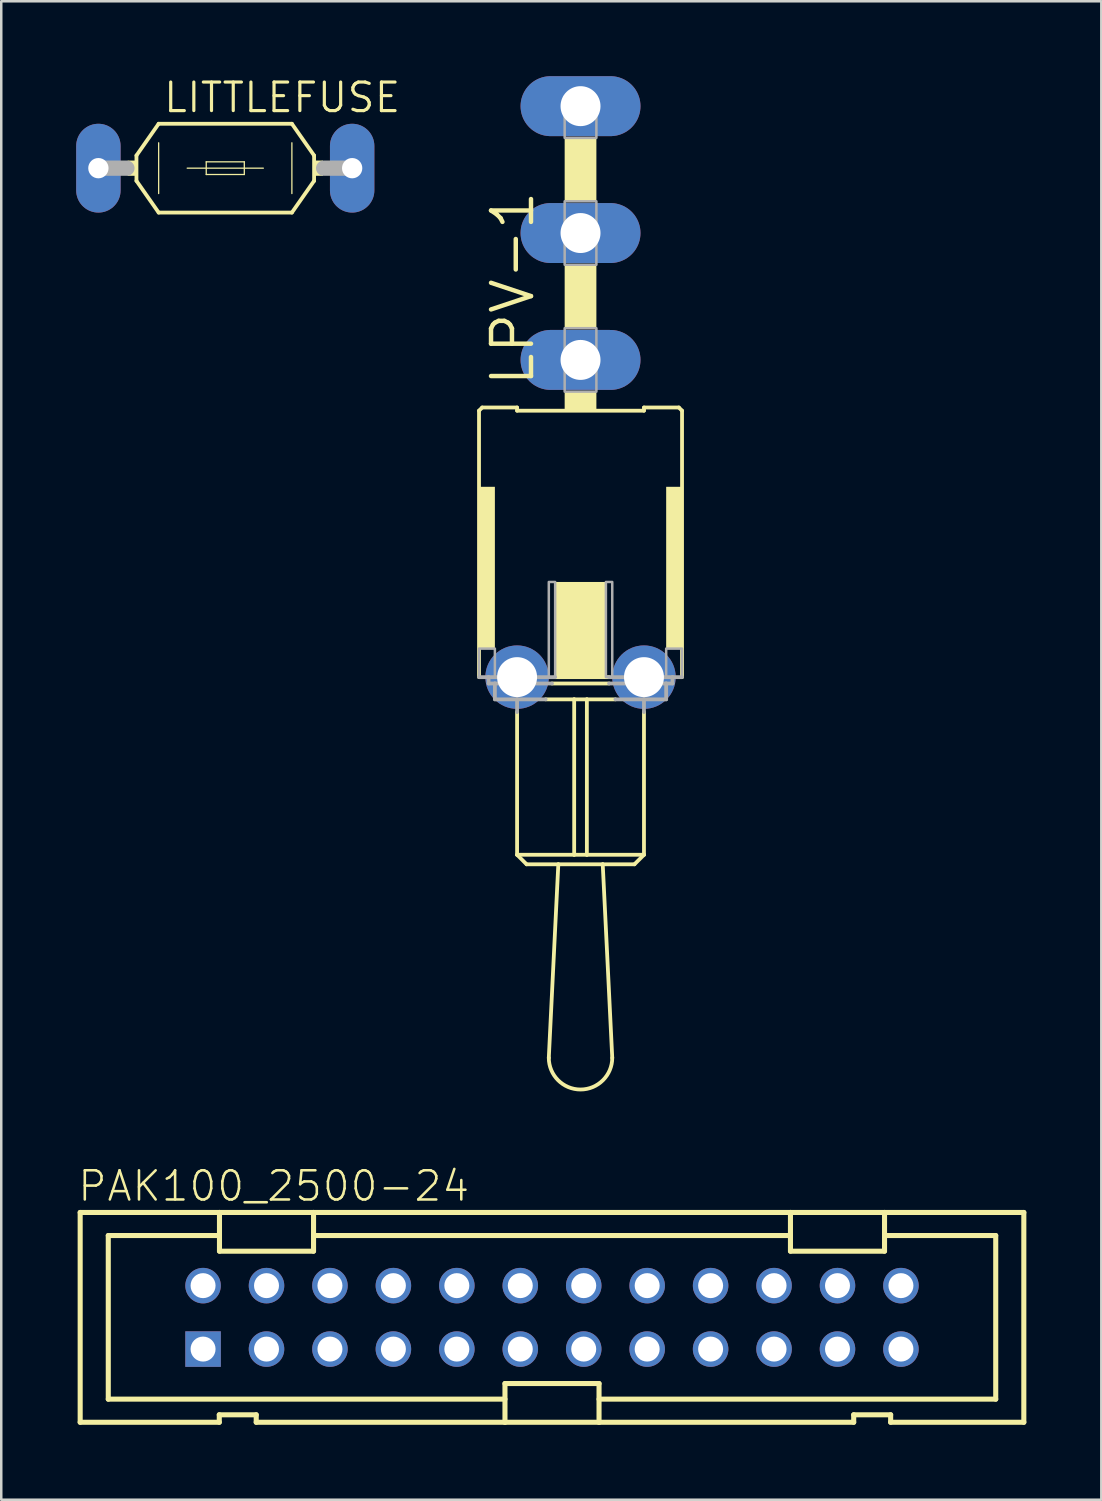
<source format=kicad_pcb>
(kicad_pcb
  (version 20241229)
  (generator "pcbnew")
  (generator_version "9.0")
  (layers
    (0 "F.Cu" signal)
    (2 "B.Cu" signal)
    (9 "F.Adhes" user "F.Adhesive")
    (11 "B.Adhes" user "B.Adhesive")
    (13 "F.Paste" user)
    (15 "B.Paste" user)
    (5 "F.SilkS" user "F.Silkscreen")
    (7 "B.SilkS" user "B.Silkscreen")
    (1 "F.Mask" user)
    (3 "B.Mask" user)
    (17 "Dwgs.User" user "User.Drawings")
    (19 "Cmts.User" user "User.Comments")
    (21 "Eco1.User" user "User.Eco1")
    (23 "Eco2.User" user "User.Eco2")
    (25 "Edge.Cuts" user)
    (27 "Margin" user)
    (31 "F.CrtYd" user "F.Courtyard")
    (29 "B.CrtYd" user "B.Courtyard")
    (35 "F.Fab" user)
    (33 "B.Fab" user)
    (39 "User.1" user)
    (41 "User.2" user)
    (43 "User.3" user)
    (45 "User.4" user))
  (footprint "LPV-1"
    (layer "F.Cu")
    (at 20.192 24.06)
    (property "Reference" "LPV-1" (at -1.778 -11.557 90) (layer "F.SilkS") (effects (font (size 1.6 1.6) (thickness 0.178)) (justify left bottom)))
    (fp_line (start -4.064 -10.668) (end -3.937 -10.795) (stroke (width 0.152) (type solid)) (layer "F.SilkS"))
    (fp_line (start -4.064 0) (end -4.064 -10.668) (stroke (width 0.152) (type solid)) (layer "F.SilkS"))
    (fp_line (start -3.937 -10.795) (end -2.54 -10.795) (stroke (width 0.152) (type solid)) (layer "F.SilkS"))
    (fp_line (start -2.54 -10.668) (end -2.54 -10.795) (stroke (width 0.152) (type solid)) (layer "F.SilkS"))
    (fp_line (start -2.54 -10.668) (end 2.54 -10.668) (stroke (width 0.152) (type solid)) (layer "F.SilkS"))
    (fp_line (start -2.54 1.397) (end -2.54 7.112) (stroke (width 0.152) (type solid)) (layer "F.SilkS"))
    (fp_line (start -2.54 7.112) (end -2.159 7.493) (stroke (width 0.152) (type solid)) (layer "F.SilkS"))
    (fp_line (start -2.159 7.493) (end -0.889 7.493) (stroke (width 0.152) (type solid)) (layer "F.SilkS"))
    (fp_line (start -1.397 0.889) (end -0.254 0.889) (stroke (width 0.152) (type solid)) (layer "F.SilkS"))
    (fp_line (start -1.143 0.254) (end 1.143 0.254) (stroke (width 0.152) (type solid)) (layer "F.SilkS"))
    (fp_line (start -1.016 0) (end 1.143 0) (stroke (width 0.152) (type solid)) (layer "F.SilkS"))
    (fp_line (start -0.889 7.493) (end -1.27 15.24) (stroke (width 0.152) (type solid)) (layer "F.SilkS"))
    (fp_line (start -0.889 7.493) (end 0.889 7.493) (stroke (width 0.152) (type solid)) (layer "F.SilkS"))
    (fp_line (start -0.254 7.112) (end -2.54 7.112) (stroke (width 0.152) (type solid)) (layer "F.SilkS"))
    (fp_line (start -0.254 7.112) (end -0.254 0.889) (stroke (width 0.152) (type solid)) (layer "F.SilkS"))
    (fp_line (start 0.254 0.889) (end -0.254 0.889) (stroke (width 0.152) (type solid)) (layer "F.SilkS"))
    (fp_line (start 0.254 7.112) (end -0.254 7.112) (stroke (width 0.152) (type solid)) (layer "F.SilkS"))
    (fp_line (start 0.254 7.112) (end 0.254 0.889) (stroke (width 0.152) (type solid)) (layer "F.SilkS"))
    (fp_line (start 0.889 7.493) (end 2.159 7.493) (stroke (width 0.152) (type solid)) (layer "F.SilkS"))
    (fp_line (start 1.27 15.24) (end 0.889 7.493) (stroke (width 0.152) (type solid)) (layer "F.SilkS"))
    (fp_line (start 1.397 0.889) (end 0.254 0.889) (stroke (width 0.152) (type solid)) (layer "F.SilkS"))
    (fp_line (start 2.54 -10.668) (end 2.54 -10.795) (stroke (width 0.152) (type solid)) (layer "F.SilkS"))
    (fp_line (start 2.54 1.397) (end 2.54 7.112) (stroke (width 0.152) (type solid)) (layer "F.SilkS"))
    (fp_line (start 2.54 7.112) (end 0.254 7.112) (stroke (width 0.152) (type solid)) (layer "F.SilkS"))
    (fp_line (start 2.54 7.112) (end 2.159 7.493) (stroke (width 0.152) (type solid)) (layer "F.SilkS"))
    (fp_line (start 3.937 -10.795) (end 2.54 -10.795) (stroke (width 0.152) (type solid)) (layer "F.SilkS"))
    (fp_line (start 3.937 -10.795) (end 4.064 -10.668) (stroke (width 0.152) (type solid)) (layer "F.SilkS"))
    (fp_line (start 4.064 -10.668) (end 4.064 0) (stroke (width 0.152) (type solid)) (layer "F.SilkS"))
    (fp_arc (start 1.27 15.24) (mid 0 16.51) (end -1.27 15.24) (stroke (width 0.1524) (type solid)) (layer "F.SilkS"))
    (fp_poly (pts (xy -4.064 -1.143) (xy -3.429 -1.143) (xy -3.429 -7.62) (xy -4.064 -7.62)) (stroke (width 0) (type solid)) (fill yes) (layer "F.SilkS"))
    (fp_poly (pts (xy -1.016 0) (xy 1.016 0) (xy 1.016 -3.81) (xy -1.016 -3.81)) (stroke (width 0) (type solid)) (fill yes) (layer "F.SilkS"))
    (fp_poly (pts (xy -0.635 -19.05) (xy 0.635 -19.05) (xy 0.635 -21.59) (xy -0.635 -21.59)) (stroke (width 0) (type solid)) (fill yes) (layer "F.SilkS"))
    (fp_poly (pts (xy -0.635 -13.97) (xy 0.635 -13.97) (xy 0.635 -16.51) (xy -0.635 -16.51)) (stroke (width 0) (type solid)) (fill yes) (layer "F.SilkS"))
    (fp_poly (pts (xy -0.635 -10.668) (xy 0.635 -10.668) (xy 0.635 -11.43) (xy -0.635 -11.43)) (stroke (width 0) (type solid)) (fill yes) (layer "F.SilkS"))
    (fp_poly (pts (xy 3.429 -1.143) (xy 4.064 -1.143) (xy 4.064 -7.62) (xy 3.429 -7.62)) (stroke (width 0) (type solid)) (fill yes) (layer "F.SilkS"))
    (fp_line (start -4.064 0) (end -3.683 0) (stroke (width 0.152) (type solid)) (layer "F.Fab"))
    (fp_line (start -3.683 0) (end -3.683 0.254) (stroke (width 0.152) (type solid)) (layer "F.Fab"))
    (fp_line (start -3.429 0.254) (end -3.683 0.254) (stroke (width 0.152) (type solid)) (layer "F.Fab"))
    (fp_line (start -3.429 0.254) (end -3.429 0.889) (stroke (width 0.152) (type solid)) (layer "F.Fab"))
    (fp_line (start -2.54 0.889) (end -3.429 0.889) (stroke (width 0.152) (type solid)) (layer "F.Fab"))
    (fp_line (start -2.54 0.889) (end -2.54 1.397) (stroke (width 0.152) (type solid)) (layer "F.Fab"))
    (fp_line (start -1.397 0.889) (end -2.54 0.889) (stroke (width 0.152) (type solid)) (layer "F.Fab"))
    (fp_line (start -1.143 0.254) (end -3.429 0.254) (stroke (width 0.152) (type solid)) (layer "F.Fab"))
    (fp_line (start -1.016 0) (end -3.683 0) (stroke (width 0.152) (type solid)) (layer "F.Fab"))
    (fp_line (start 2.54 0.889) (end 1.397 0.889) (stroke (width 0.152) (type solid)) (layer "F.Fab"))
    (fp_line (start 2.54 0.889) (end 2.54 1.397) (stroke (width 0.152) (type solid)) (layer "F.Fab"))
    (fp_line (start 3.429 0.254) (end 1.143 0.254) (stroke (width 0.152) (type solid)) (layer "F.Fab"))
    (fp_line (start 3.429 0.889) (end 2.54 0.889) (stroke (width 0.152) (type solid)) (layer "F.Fab"))
    (fp_line (start 3.429 0.889) (end 3.429 0.254) (stroke (width 0.152) (type solid)) (layer "F.Fab"))
    (fp_line (start 3.683 0) (end 1.143 0) (stroke (width 0.152) (type solid)) (layer "F.Fab"))
    (fp_line (start 3.683 0) (end 4.064 0) (stroke (width 0.152) (type solid)) (layer "F.Fab"))
    (fp_line (start 3.683 0.254) (end 3.429 0.254) (stroke (width 0.152) (type solid)) (layer "F.Fab"))
    (fp_line (start 3.683 0.254) (end 3.683 0) (stroke (width 0.152) (type solid)) (layer "F.Fab"))
    (fp_poly (pts (xy -4.064 0) (xy -3.429 0) (xy -3.429 -1.143) (xy -4.064 -1.143)) (stroke (width 0.1) (type solid)) (fill no) (layer "F.Fab"))
    (fp_poly (pts (xy -1.27 0) (xy -1.016 0) (xy -1.016 -3.81) (xy -1.27 -3.81)) (stroke (width 0.1) (type solid)) (fill no) (layer "F.Fab"))
    (fp_poly (pts (xy -0.635 -21.59) (xy 0.635 -21.59) (xy 0.635 -23.241) (xy -0.635 -23.241)) (stroke (width 0.1) (type solid)) (fill no) (layer "F.Fab"))
    (fp_poly (pts (xy -0.635 -16.51) (xy 0.635 -16.51) (xy 0.635 -19.05) (xy -0.635 -19.05)) (stroke (width 0.1) (type solid)) (fill no) (layer "F.Fab"))
    (fp_poly (pts (xy -0.635 -11.43) (xy 0.635 -11.43) (xy 0.635 -13.97) (xy -0.635 -13.97)) (stroke (width 0.1) (type solid)) (fill no) (layer "F.Fab"))
    (fp_poly (pts (xy 1.016 0) (xy 1.27 0) (xy 1.27 -3.81) (xy 1.016 -3.81)) (stroke (width 0.1) (type solid)) (fill no) (layer "F.Fab"))
    (fp_poly (pts (xy 3.429 0) (xy 4.064 0) (xy 4.064 -1.143) (xy 3.429 -1.143)) (stroke (width 0.1) (type solid)) (fill no) (layer "F.Fab"))
    (pad "1" thru_hole oval (at 0 -12.7) (size 4.801 2.4) (drill 1.6) (layers "*.Cu" "*.Mask"))
    (pad "2" thru_hole oval (at 0 -17.78) (size 4.801 2.4) (drill 1.6) (layers "*.Cu" "*.Mask"))
    (pad "3" thru_hole oval (at 0 -22.86) (size 4.801 2.4) (drill 1.6) (layers "*.Cu" "*.Mask"))
    (pad "B" thru_hole circle (at -2.54 0) (size 2.54 2.54) (drill 1.6) (layers "*.Cu" "*.Mask"))
    (pad "B1" thru_hole circle (at 2.54 0) (size 2.54 2.54) (drill 1.6) (layers "*.Cu" "*.Mask")))
  (footprint "PAK100_2500-24"
    (layer "F.Cu")
    (at 19.05 49.692)
    (property "Reference" "PAK100_2500-24" (at -19.05 -4.572 0) (layer "F.SilkS") (effects (font (size 1.168 1.168) (thickness 0.102)) (justify left bottom)))
    (fp_line (start -18.89 -4.2) (end -13.313 -4.2) (stroke (width 0.203) (type solid)) (layer "F.SilkS"))
    (fp_line (start -18.89 4.2) (end -18.89 -4.2) (stroke (width 0.203) (type solid)) (layer "F.SilkS"))
    (fp_line (start -17.765 -3.275) (end -13.32 -3.275) (stroke (width 0.203) (type solid)) (layer "F.SilkS"))
    (fp_line (start -17.765 3.275) (end -17.765 -3.275) (stroke (width 0.203) (type solid)) (layer "F.SilkS"))
    (fp_line (start -13.321 3.9) (end -13.321 4.2) (stroke (width 0.203) (type solid)) (layer "F.SilkS"))
    (fp_line (start -13.321 4.2) (end -18.89 4.2) (stroke (width 0.203) (type solid)) (layer "F.SilkS"))
    (fp_line (start -13.313 -4.2) (end -13.313 -2.65) (stroke (width 0.203) (type solid)) (layer "F.SilkS"))
    (fp_line (start -13.313 -4.2) (end -9.547 -4.2) (stroke (width 0.203) (type solid)) (layer "F.SilkS"))
    (fp_line (start -13.313 -2.65) (end -9.547 -2.65) (stroke (width 0.203) (type solid)) (layer "F.SilkS"))
    (fp_line (start -11.842 3.9) (end -13.321 3.9) (stroke (width 0.203) (type solid)) (layer "F.SilkS"))
    (fp_line (start -11.842 4.2) (end -11.842 3.9) (stroke (width 0.203) (type solid)) (layer "F.SilkS"))
    (fp_line (start -9.547 -4.2) (end 9.547 -4.2) (stroke (width 0.203) (type solid)) (layer "F.SilkS"))
    (fp_line (start -9.547 -2.65) (end -9.547 -4.2) (stroke (width 0.203) (type solid)) (layer "F.SilkS"))
    (fp_line (start -9.545 -3.275) (end 9.545 -3.275) (stroke (width 0.203) (type solid)) (layer "F.SilkS"))
    (fp_line (start -1.883 2.65) (end -1.883 4.2) (stroke (width 0.203) (type solid)) (layer "F.SilkS"))
    (fp_line (start -1.883 3.275) (end -17.765 3.275) (stroke (width 0.203) (type solid)) (layer "F.SilkS"))
    (fp_line (start -1.883 4.2) (end -11.842 4.2) (stroke (width 0.203) (type solid)) (layer "F.SilkS"))
    (fp_line (start 1.883 2.65) (end -1.883 2.65) (stroke (width 0.203) (type solid)) (layer "F.SilkS"))
    (fp_line (start 1.883 4.2) (end -1.883 4.2) (stroke (width 0.203) (type solid)) (layer "F.SilkS"))
    (fp_line (start 1.883 4.2) (end 1.883 2.65) (stroke (width 0.203) (type solid)) (layer "F.SilkS"))
    (fp_line (start 9.547 -4.2) (end 9.547 -2.65) (stroke (width 0.203) (type solid)) (layer "F.SilkS"))
    (fp_line (start 9.547 -4.2) (end 13.313 -4.2) (stroke (width 0.203) (type solid)) (layer "F.SilkS"))
    (fp_line (start 9.547 -2.65) (end 13.313 -2.65) (stroke (width 0.203) (type solid)) (layer "F.SilkS"))
    (fp_line (start 12.079 3.9) (end 12.079 4.2) (stroke (width 0.203) (type solid)) (layer "F.SilkS"))
    (fp_line (start 12.079 4.2) (end 1.883 4.2) (stroke (width 0.203) (type solid)) (layer "F.SilkS"))
    (fp_line (start 13.313 -4.2) (end 18.89 -4.2) (stroke (width 0.203) (type solid)) (layer "F.SilkS"))
    (fp_line (start 13.313 -2.65) (end 13.313 -4.2) (stroke (width 0.203) (type solid)) (layer "F.SilkS"))
    (fp_line (start 13.32 -3.275) (end 17.765 -3.275) (stroke (width 0.203) (type solid)) (layer "F.SilkS"))
    (fp_line (start 13.558 3.9) (end 12.079 3.9) (stroke (width 0.203) (type solid)) (layer "F.SilkS"))
    (fp_line (start 13.558 4.2) (end 13.558 3.9) (stroke (width 0.203) (type solid)) (layer "F.SilkS"))
    (fp_line (start 17.765 -3.275) (end 17.765 3.275) (stroke (width 0.203) (type solid)) (layer "F.SilkS"))
    (fp_line (start 17.765 3.275) (end 1.883 3.275) (stroke (width 0.203) (type solid)) (layer "F.SilkS"))
    (fp_line (start 18.89 -4.2) (end 18.89 4.2) (stroke (width 0.203) (type solid)) (layer "F.SilkS"))
    (fp_line (start 18.89 4.2) (end 13.558 4.2) (stroke (width 0.203) (type solid)) (layer "F.SilkS"))
    (pad "1" thru_hole rect (at -13.97 1.27) (size 1.422 1.422) (drill 1) (layers "*.Cu" "*.Mask"))
    (pad "2" thru_hole circle (at -13.97 -1.27) (size 1.422 1.422) (drill 1) (layers "*.Cu" "*.Mask"))
    (pad "3" thru_hole circle (at -11.43 1.27) (size 1.422 1.422) (drill 1) (layers "*.Cu" "*.Mask"))
    (pad "4" thru_hole circle (at -11.43 -1.27) (size 1.422 1.422) (drill 1) (layers "*.Cu" "*.Mask"))
    (pad "5" thru_hole circle (at -8.89 1.27) (size 1.422 1.422) (drill 1) (layers "*.Cu" "*.Mask"))
    (pad "6" thru_hole circle (at -8.89 -1.27) (size 1.422 1.422) (drill 1) (layers "*.Cu" "*.Mask"))
    (pad "7" thru_hole circle (at -6.35 1.27) (size 1.422 1.422) (drill 1) (layers "*.Cu" "*.Mask"))
    (pad "8" thru_hole circle (at -6.35 -1.27) (size 1.422 1.422) (drill 1) (layers "*.Cu" "*.Mask"))
    (pad "9" thru_hole circle (at -3.81 1.27) (size 1.422 1.422) (drill 1) (layers "*.Cu" "*.Mask"))
    (pad "10" thru_hole circle (at -3.81 -1.27) (size 1.422 1.422) (drill 1) (layers "*.Cu" "*.Mask"))
    (pad "11" thru_hole circle (at -1.27 1.27) (size 1.422 1.422) (drill 1) (layers "*.Cu" "*.Mask"))
    (pad "12" thru_hole circle (at -1.27 -1.27) (size 1.422 1.422) (drill 1) (layers "*.Cu" "*.Mask"))
    (pad "13" thru_hole circle (at 1.27 1.27) (size 1.422 1.422) (drill 1) (layers "*.Cu" "*.Mask"))
    (pad "14" thru_hole circle (at 1.27 -1.27) (size 1.422 1.422) (drill 1) (layers "*.Cu" "*.Mask"))
    (pad "15" thru_hole circle (at 3.81 1.27) (size 1.422 1.422) (drill 1) (layers "*.Cu" "*.Mask"))
    (pad "16" thru_hole circle (at 3.81 -1.27) (size 1.422 1.422) (drill 1) (layers "*.Cu" "*.Mask"))
    (pad "17" thru_hole circle (at 6.35 1.27) (size 1.422 1.422) (drill 1) (layers "*.Cu" "*.Mask"))
    (pad "18" thru_hole circle (at 6.35 -1.27) (size 1.422 1.422) (drill 1) (layers "*.Cu" "*.Mask"))
    (pad "19" thru_hole circle (at 8.89 1.27) (size 1.422 1.422) (drill 1) (layers "*.Cu" "*.Mask"))
    (pad "20" thru_hole circle (at 8.89 -1.27) (size 1.422 1.422) (drill 1) (layers "*.Cu" "*.Mask"))
    (pad "21" thru_hole circle (at 11.43 1.27) (size 1.422 1.422) (drill 1) (layers "*.Cu" "*.Mask"))
    (pad "22" thru_hole circle (at 11.43 -1.27) (size 1.422 1.422) (drill 1) (layers "*.Cu" "*.Mask"))
    (pad "23" thru_hole circle (at 13.97 1.27) (size 1.422 1.422) (drill 1) (layers "*.Cu" "*.Mask"))
    (pad "24" thru_hole circle (at 13.97 -1.27) (size 1.422 1.422) (drill 1) (layers "*.Cu" "*.Mask")))
  (footprint "LITTLEFUSE"
    (layer "F.Cu")
    (at 5.969 3.683)
    (property "Reference" "LITTLEFUSE" (at -2.54 -2.159 0) (layer "F.SilkS") (effects (font (size 1.143 1.143) (thickness 0.127)) (justify left bottom)))
    (fp_line (start -3.556 -0.508) (end -3.556 0.508) (stroke (width 0.152) (type solid)) (layer "F.SilkS"))
    (fp_line (start -3.556 0.508) (end -2.667 1.778) (stroke (width 0.152) (type solid)) (layer "F.SilkS"))
    (fp_line (start -2.667 -1.778) (end -3.556 -0.508) (stroke (width 0.152) (type solid)) (layer "F.SilkS"))
    (fp_line (start -2.667 -1.016) (end -2.667 1.016) (stroke (width 0.051) (type solid)) (layer "F.SilkS"))
    (fp_line (start -1.524 0) (end 1.524 0) (stroke (width 0.051) (type solid)) (layer "F.SilkS"))
    (fp_line (start -0.762 -0.254) (end -0.762 0.254) (stroke (width 0.051) (type solid)) (layer "F.SilkS"))
    (fp_line (start -0.762 -0.254) (end 0.762 -0.254) (stroke (width 0.051) (type solid)) (layer "F.SilkS"))
    (fp_line (start -0.762 0.254) (end 0.762 0.254) (stroke (width 0.051) (type solid)) (layer "F.SilkS"))
    (fp_line (start 0.762 -0.254) (end 0.762 0.254) (stroke (width 0.051) (type solid)) (layer "F.SilkS"))
    (fp_line (start 2.667 -1.778) (end -2.667 -1.778) (stroke (width 0.152) (type solid)) (layer "F.SilkS"))
    (fp_line (start 2.667 -1.778) (end 3.556 -0.508) (stroke (width 0.152) (type solid)) (layer "F.SilkS"))
    (fp_line (start 2.667 -1.016) (end 2.667 1.016) (stroke (width 0.051) (type solid)) (layer "F.SilkS"))
    (fp_line (start 2.667 1.778) (end -2.667 1.778) (stroke (width 0.152) (type solid)) (layer "F.SilkS"))
    (fp_line (start 2.667 1.778) (end 3.556 0.508) (stroke (width 0.152) (type solid)) (layer "F.SilkS"))
    (fp_line (start 3.556 -0.508) (end 3.556 0.508) (stroke (width 0.152) (type solid)) (layer "F.SilkS"))
    (fp_poly (pts (xy -3.912 0.305) (xy -3.556 0.305) (xy -3.556 -0.305) (xy -3.912 -0.305)) (stroke (width 0) (type solid)) (fill yes) (layer "F.SilkS"))
    (fp_poly (pts (xy 3.556 0.305) (xy 3.912 0.305) (xy 3.912 -0.305) (xy 3.556 -0.305)) (stroke (width 0) (type solid)) (fill yes) (layer "F.SilkS"))
    (fp_line (start -5.08 0) (end -3.937 0) (stroke (width 0.61) (type solid)) (layer "F.Fab"))
    (fp_line (start 5.08 0) (end 3.937 0) (stroke (width 0.61) (type solid)) (layer "F.Fab"))
    (pad "1" thru_hole oval (at -5.08 0 90) (size 3.556 1.778) (drill 0.813) (layers "*.Cu" "*.Mask"))
    (pad "2" thru_hole oval (at 5.08 0 90) (size 3.556 1.778) (drill 0.813) (layers "*.Cu" "*.Mask")))
  (gr_rect
    (start -3 -3)
    (end 41.042 56.993)
    (stroke (width 0.1) (type default))
    (fill no)
    (layer "Edge.Cuts")))
</source>
